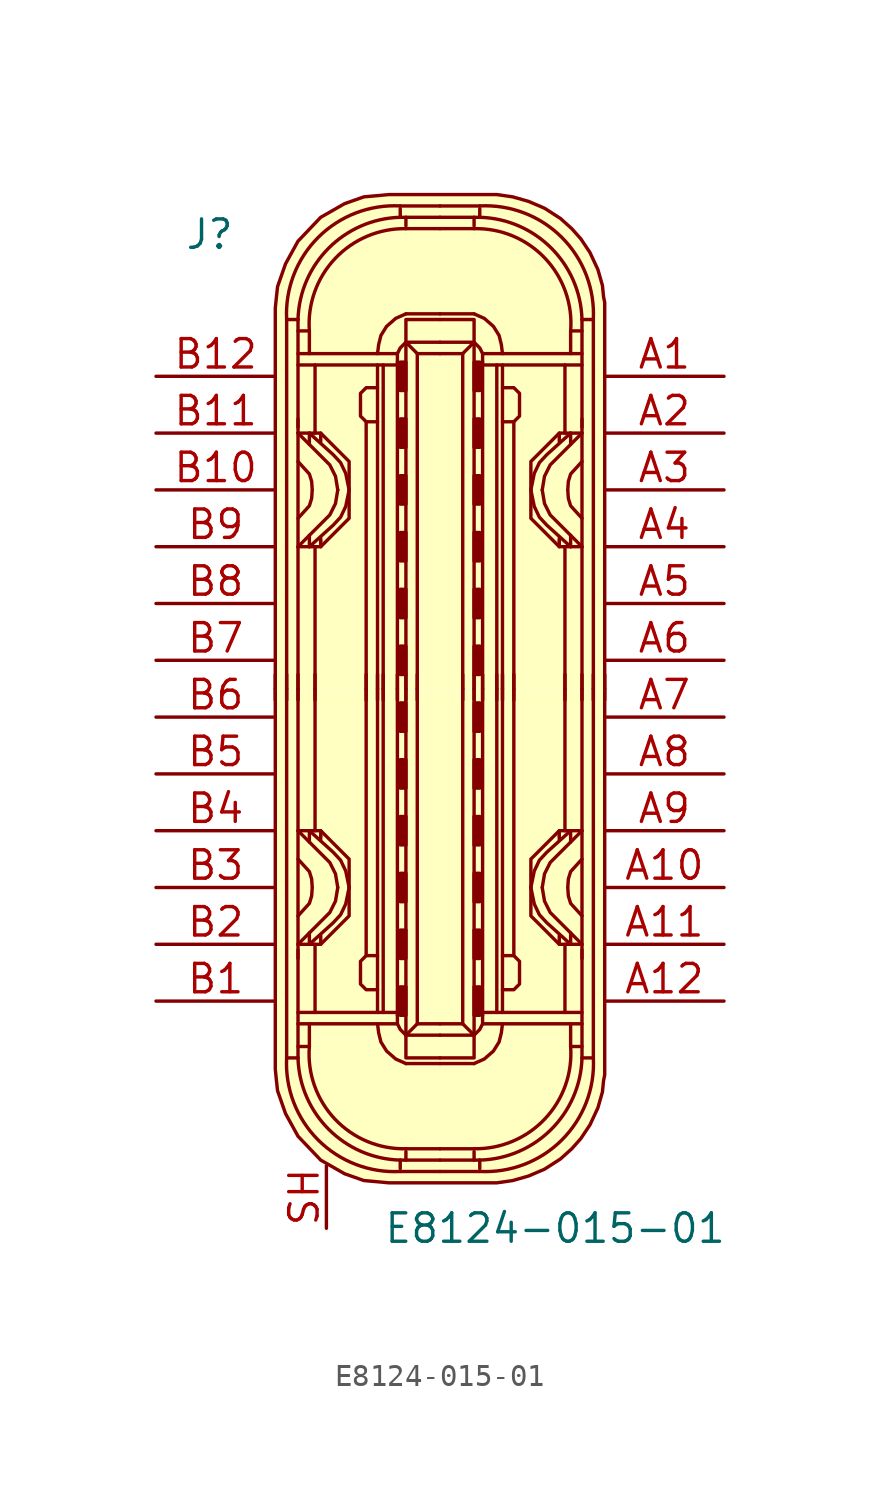
<source format=kicad_sym>
(kicad_symbol_lib
  (version 20220914)
  (generator kicad_symbol_editor)
  (symbol "E8124-015-01"
    (pin_names
      (offset 1.016))
    (property "Reference" "J"
      (at -11.43 20.32 0)
      (effects (font (size 1.27 1.27)) (justify left)))
    (property "Value" "E8124-015-01"
      (at -2.54 -24.13 0)
      (effects (font (size 1.27 1.27)) (justify left)))
    (symbol "E8124-015-01_1_1"
      (arc (start -6.858 -16.51) (mid -5.4492 -20.1812) (end -1.778 -21.59) (stroke (width 0) (type solid)) (fill (type none)))
      (arc (start -6.35 -16.51) (mid -4.9749 -19.7069) (end -1.778 -21.082) (stroke (width 0) (type solid)) (fill (type none)))
      (arc (start -5.842 -16.002) (mid -4.6972 -19.2495) (end -1.524 -20.574) (stroke (width 0) (type solid)) (fill (type none)))
      (rectangle (start -1.778 -14.605) (end -1.524 -13.335) (stroke (width 0) (type solid)) (fill (type outline)))
      (rectangle (start -1.778 -12.065) (end -1.524 -10.795) (stroke (width 0) (type solid)) (fill (type outline)))
      (rectangle (start -1.778 -9.525) (end -1.524 -8.255) (stroke (width 0) (type solid)) (fill (type outline)))
      (rectangle (start -1.778 -6.985) (end -1.524 -5.715) (stroke (width 0) (type solid)) (fill (type outline)))
      (rectangle (start -1.778 -4.445) (end -1.524 -3.175) (stroke (width 0) (type solid)) (fill (type outline)))
      (rectangle (start -1.778 -1.905) (end -1.524 -0.635) (stroke (width 0) (type solid)) (fill (type outline)))
      (rectangle (start -1.778 1.905) (end -1.524 0.635) (stroke (width 0) (type solid)) (fill (type outline)))
      (rectangle (start -1.778 4.445) (end -1.524 3.175) (stroke (width 0) (type solid)) (fill (type outline)))
      (rectangle (start -1.778 6.985) (end -1.524 5.715) (stroke (width 0) (type solid)) (fill (type outline)))
      (rectangle (start -1.778 9.525) (end -1.524 8.255) (stroke (width 0) (type solid)) (fill (type outline)))
      (rectangle (start -1.778 12.065) (end -1.524 10.795) (stroke (width 0) (type solid)) (fill (type outline)))
      (rectangle (start -1.778 14.605) (end -1.524 13.335) (stroke (width 0) (type solid)) (fill (type outline)))
      (arc (start -1.778 21.082) (mid -4.9749 19.7069) (end -6.35 16.51) (stroke (width 0) (type solid)) (fill (type none)))
      (arc (start -1.778 21.59) (mid -5.4492 20.1812) (end -6.858 16.51) (stroke (width 0) (type solid)) (fill (type none)))
      (arc (start -1.524 20.574) (mid -4.6883 19.2412) (end -5.842 16.002) (stroke (width 0) (type solid)) (fill (type none)))
      (polyline (pts (xy -7.366 -0.508) (xy -7.366 0.635)) (stroke (width 0) (type solid)) (fill (type none)))
      (polyline (pts (xy -6.858 -0.508) (xy -6.858 0.635)) (stroke (width 0) (type solid)) (fill (type none)))
      (polyline (pts (xy -6.35 -14.986) (xy -1.905 -14.986)) (stroke (width 0) (type solid)) (fill (type none)))
      (polyline (pts (xy -6.35 -12.065) (xy -6.35 0)) (stroke (width 0) (type solid)) (fill (type none)))
      (polyline (pts (xy -6.35 -0.508) (xy -6.35 0.635)) (stroke (width 0) (type solid)) (fill (type none)))
      (polyline (pts (xy -6.35 12.065) (xy -6.35 0)) (stroke (width 0) (type solid)) (fill (type none)))
      (polyline (pts (xy -6.35 14.986) (xy -1.905 14.986)) (stroke (width 0) (type solid)) (fill (type none)))
      (polyline (pts (xy -5.842 -11.43) (xy -5.842 -10.922)) (stroke (width 0) (type solid)) (fill (type none)))
      (polyline (pts (xy -5.842 -6.35) (xy -5.842 -6.858)) (stroke (width 0) (type solid)) (fill (type none)))
      (polyline (pts (xy -5.842 6.35) (xy -5.842 6.858)) (stroke (width 0) (type solid)) (fill (type none)))
      (polyline (pts (xy -5.842 11.43) (xy -5.842 10.922)) (stroke (width 0) (type solid)) (fill (type none)))
      (polyline (pts (xy -5.588 -14.478) (xy -5.588 -11.43)) (stroke (width 0) (type solid)) (fill (type none)))
      (polyline (pts (xy -5.588 -6.35) (xy -5.588 0)) (stroke (width 0) (type solid)) (fill (type none)))
      (polyline (pts (xy -5.588 -0.508) (xy -5.588 0.635)) (stroke (width 0) (type solid)) (fill (type none)))
      (polyline (pts (xy -5.588 6.35) (xy -5.588 0)) (stroke (width 0) (type solid)) (fill (type none)))
      (polyline (pts (xy -5.588 14.478) (xy -5.588 11.43)) (stroke (width 0) (type solid)) (fill (type none)))
      (polyline (pts (xy -5.334 -11.43) (xy -5.334 -11.049)) (stroke (width 0) (type solid)) (fill (type none)))
      (polyline (pts (xy -5.334 -6.604) (xy -5.334 -6.731)) (stroke (width 0) (type solid)) (fill (type none)))
      (polyline (pts (xy -5.334 -6.35) (xy -5.334 -6.604)) (stroke (width 0) (type solid)) (fill (type none)))
      (polyline (pts (xy -5.334 6.35) (xy -5.334 6.604)) (stroke (width 0) (type solid)) (fill (type none)))
      (polyline (pts (xy -5.334 6.604) (xy -5.334 6.731)) (stroke (width 0) (type solid)) (fill (type none)))
      (polyline (pts (xy -5.334 11.43) (xy -5.334 11.049)) (stroke (width 0) (type solid)) (fill (type none)))
      (polyline (pts (xy -3.302 -0.508) (xy -3.302 0.635)) (stroke (width 0) (type solid)) (fill (type none)))
      (polyline (pts (xy -3.302 0) (xy -3.302 -11.938)) (stroke (width 0) (type solid)) (fill (type none)))
      (polyline (pts (xy -3.302 0) (xy -3.302 11.938)) (stroke (width 0) (type solid)) (fill (type none)))
      (polyline (pts (xy -2.794 -0.508) (xy -2.794 0.635)) (stroke (width 0) (type solid)) (fill (type none)))
      (polyline (pts (xy -2.794 0) (xy -2.794 -14.478)) (stroke (width 0) (type solid)) (fill (type none)))
      (polyline (pts (xy -2.794 0) (xy -2.794 14.478)) (stroke (width 0) (type solid)) (fill (type none)))
      (polyline (pts (xy -2.54 -14.478) (xy -2.54 0)) (stroke (width 0) (type solid)) (fill (type none)))
      (polyline (pts (xy -2.54 -0.508) (xy -2.54 0.635)) (stroke (width 0) (type solid)) (fill (type none)))
      (polyline (pts (xy -2.54 14.478) (xy -2.54 0)) (stroke (width 0) (type solid)) (fill (type none)))
      (polyline (pts (xy -1.905 -14.478) (xy -6.35 -14.478)) (stroke (width 0) (type solid)) (fill (type none)))
      (polyline (pts (xy -1.905 -0.508) (xy -1.905 0.635)) (stroke (width 0) (type solid)) (fill (type none)))
      (polyline (pts (xy -1.905 0) (xy -1.905 -14.605)) (stroke (width 0) (type solid)) (fill (type none)))
      (polyline (pts (xy -1.905 0) (xy -1.905 14.605)) (stroke (width 0) (type solid)) (fill (type none)))
      (polyline (pts (xy -1.905 14.478) (xy -6.35 14.478)) (stroke (width 0) (type solid)) (fill (type none)))
      (polyline (pts (xy -1.778 -21.59) (xy 0 -21.59)) (stroke (width 0) (type solid)) (fill (type background)))
      (polyline (pts (xy -1.778 -21.082) (xy -1.778 -21.463)) (stroke (width 0) (type solid)) (fill (type none)))
      (polyline (pts (xy -1.778 -21.082) (xy 0 -21.082)) (stroke (width 0) (type solid)) (fill (type none)))
      (polyline (pts (xy -1.778 21.082) (xy -1.778 21.463)) (stroke (width 0) (type solid)) (fill (type none)))
      (polyline (pts (xy -1.778 21.082) (xy 0 21.082)) (stroke (width 0) (type solid)) (fill (type none)))
      (polyline (pts (xy -1.778 21.59) (xy 0 21.59)) (stroke (width 0) (type solid)) (fill (type background)))
      (polyline (pts (xy -1.524 -20.701) (xy -1.524 -21.082)) (stroke (width 0) (type solid)) (fill (type none)))
      (polyline (pts (xy -1.524 -20.574) (xy 0 -20.574)) (stroke (width 0) (type solid)) (fill (type none)))
      (polyline (pts (xy -1.524 -0.508) (xy -1.524 0.635)) (stroke (width 0) (type solid)) (fill (type none)))
      (polyline (pts (xy -1.524 20.574) (xy 0 20.574)) (stroke (width 0) (type solid)) (fill (type none)))
      (polyline (pts (xy -1.524 20.701) (xy -1.524 21.082)) (stroke (width 0) (type solid)) (fill (type none)))
      (polyline (pts (xy -1.016 -14.986) (xy -1.524 -15.494)) (stroke (width 0) (type solid)) (fill (type none)))
      (polyline (pts (xy -1.016 -0.508) (xy -1.016 0.635)) (stroke (width 0) (type solid)) (fill (type none)))
      (polyline (pts (xy -1.016 14.986) (xy -1.524 15.494)) (stroke (width 0) (type solid)) (fill (type none)))
      (polyline (pts (xy 0 -16.764) (xy -1.524 -16.764)) (stroke (width 0) (type solid)) (fill (type none)))
      (polyline (pts (xy 0 -16.764) (xy 1.524 -16.764)) (stroke (width 0) (type solid)) (fill (type none)))
      (polyline (pts (xy 0 16.764) (xy -1.524 16.764)) (stroke (width 0) (type solid)) (fill (type none)))
      (polyline (pts (xy 0 16.764) (xy 1.524 16.764)) (stroke (width 0) (type solid)) (fill (type none)))
      (polyline (pts (xy 1.016 -14.986) (xy 1.524 -15.494)) (stroke (width 0) (type solid)) (fill (type none)))
      (polyline (pts (xy 1.016 -0.508) (xy 1.016 0.635)) (stroke (width 0) (type solid)) (fill (type none)))
      (polyline (pts (xy 1.016 14.986) (xy 1.524 15.494)) (stroke (width 0) (type solid)) (fill (type none)))
      (polyline (pts (xy 1.524 -20.701) (xy 1.524 -21.082)) (stroke (width 0) (type solid)) (fill (type none)))
      (polyline (pts (xy 1.524 -20.574) (xy 0 -20.574)) (stroke (width 0) (type solid)) (fill (type none)))
      (polyline (pts (xy 1.524 -0.508) (xy 1.524 0.635)) (stroke (width 0) (type solid)) (fill (type none)))
      (polyline (pts (xy 1.524 20.574) (xy 0 20.574)) (stroke (width 0) (type solid)) (fill (type none)))
      (polyline (pts (xy 1.524 20.701) (xy 1.524 21.082)) (stroke (width 0) (type solid)) (fill (type none)))
      (polyline (pts (xy 1.778 -21.59) (xy 0 -21.59)) (stroke (width 0) (type solid)) (fill (type background)))
      (polyline (pts (xy 1.778 -21.082) (xy 0 -21.082)) (stroke (width 0) (type solid)) (fill (type none)))
      (polyline (pts (xy 1.778 -21.082) (xy 1.778 -21.463)) (stroke (width 0) (type solid)) (fill (type none)))
      (polyline (pts (xy 1.778 21.082) (xy 0 21.082)) (stroke (width 0) (type solid)) (fill (type none)))
      (polyline (pts (xy 1.778 21.082) (xy 1.778 21.463)) (stroke (width 0) (type solid)) (fill (type none)))
      (polyline (pts (xy 1.778 21.59) (xy 0 21.59)) (stroke (width 0) (type solid)) (fill (type background)))
      (polyline (pts (xy 1.905 -14.478) (xy 6.35 -14.478)) (stroke (width 0) (type solid)) (fill (type none)))
      (polyline (pts (xy 1.905 -0.508) (xy 1.905 0.635)) (stroke (width 0) (type solid)) (fill (type none)))
      (polyline (pts (xy 1.905 0) (xy 1.905 -14.605)) (stroke (width 0) (type solid)) (fill (type none)))
      (polyline (pts (xy 1.905 0) (xy 1.905 14.605)) (stroke (width 0) (type solid)) (fill (type none)))
      (polyline (pts (xy 1.905 14.478) (xy 6.35 14.478)) (stroke (width 0) (type solid)) (fill (type none)))
      (polyline (pts (xy 2.54 -14.478) (xy 2.54 0)) (stroke (width 0) (type solid)) (fill (type none)))
      (polyline (pts (xy 2.54 -0.508) (xy 2.54 0.635)) (stroke (width 0) (type solid)) (fill (type none)))
      (polyline (pts (xy 2.54 14.478) (xy 2.54 0)) (stroke (width 0) (type solid)) (fill (type none)))
      (polyline (pts (xy 2.794 -0.508) (xy 2.794 0.635)) (stroke (width 0) (type solid)) (fill (type none)))
      (polyline (pts (xy 2.794 0) (xy 2.794 -14.478)) (stroke (width 0) (type solid)) (fill (type none)))
      (polyline (pts (xy 2.794 0) (xy 2.794 14.478)) (stroke (width 0) (type solid)) (fill (type none)))
      (polyline (pts (xy 3.302 -0.508) (xy 3.302 0.635)) (stroke (width 0) (type solid)) (fill (type none)))
      (polyline (pts (xy 3.302 0) (xy 3.302 -11.938)) (stroke (width 0) (type solid)) (fill (type none)))
      (polyline (pts (xy 3.302 0) (xy 3.302 11.938)) (stroke (width 0) (type solid)) (fill (type none)))
      (polyline (pts (xy 5.334 -11.43) (xy 5.334 -11.049)) (stroke (width 0) (type solid)) (fill (type none)))
      (polyline (pts (xy 5.334 -6.604) (xy 5.334 -6.731)) (stroke (width 0) (type solid)) (fill (type none)))
      (polyline (pts (xy 5.334 -6.35) (xy 5.334 -6.604)) (stroke (width 0) (type solid)) (fill (type none)))
      (polyline (pts (xy 5.334 6.35) (xy 5.334 6.604)) (stroke (width 0) (type solid)) (fill (type none)))
      (polyline (pts (xy 5.334 6.604) (xy 5.334 6.731)) (stroke (width 0) (type solid)) (fill (type none)))
      (polyline (pts (xy 5.334 11.43) (xy 5.334 11.049)) (stroke (width 0) (type solid)) (fill (type none)))
      (polyline (pts (xy 5.588 -14.478) (xy 5.588 -11.43)) (stroke (width 0) (type solid)) (fill (type none)))
      (polyline (pts (xy 5.588 -6.35) (xy 5.588 0)) (stroke (width 0) (type solid)) (fill (type none)))
      (polyline (pts (xy 5.588 -0.508) (xy 5.588 0.635)) (stroke (width 0) (type solid)) (fill (type none)))
      (polyline (pts (xy 5.588 6.35) (xy 5.588 0)) (stroke (width 0) (type solid)) (fill (type none)))
      (polyline (pts (xy 5.588 14.478) (xy 5.588 11.43)) (stroke (width 0) (type solid)) (fill (type none)))
      (polyline (pts (xy 5.842 -11.43) (xy 5.842 -10.922)) (stroke (width 0) (type solid)) (fill (type none)))
      (polyline (pts (xy 5.842 -6.35) (xy 5.842 -6.858)) (stroke (width 0) (type solid)) (fill (type none)))
      (polyline (pts (xy 5.842 6.35) (xy 5.842 6.858)) (stroke (width 0) (type solid)) (fill (type none)))
      (polyline (pts (xy 5.842 11.43) (xy 5.842 10.922)) (stroke (width 0) (type solid)) (fill (type none)))
      (polyline (pts (xy 6.35 -14.986) (xy 1.905 -14.986)) (stroke (width 0) (type solid)) (fill (type none)))
      (polyline (pts (xy 6.35 -12.065) (xy 6.35 0)) (stroke (width 0) (type solid)) (fill (type none)))
      (polyline (pts (xy 6.35 -0.508) (xy 6.35 0.635)) (stroke (width 0) (type solid)) (fill (type none)))
      (polyline (pts (xy 6.35 12.065) (xy 6.35 0)) (stroke (width 0) (type solid)) (fill (type none)))
      (polyline (pts (xy 6.35 14.986) (xy 1.905 14.986)) (stroke (width 0) (type solid)) (fill (type none)))
      (polyline (pts (xy 6.858 -0.508) (xy 6.858 0.635)) (stroke (width 0) (type solid)) (fill (type none)))
      (polyline (pts (xy 7.366 -0.508) (xy 7.366 0.635)) (stroke (width 0) (type solid)) (fill (type none)))
      (polyline (pts (xy -6.35 -16.51) (xy -6.858 -16.51) (xy -6.858 0)) (stroke (width 0) (type solid)) (fill (type none)))
      (polyline (pts (xy -6.35 -11.684) (xy -6.35 -15.875) (xy -6.35 -16.51)) (stroke (width 0) (type solid)) (fill (type none)))
      (polyline (pts (xy -6.35 11.684) (xy -6.35 15.875) (xy -6.35 16.51)) (stroke (width 0) (type solid)) (fill (type none)))
      (polyline (pts (xy -6.35 16.51) (xy -6.858 16.51) (xy -6.858 0)) (stroke (width 0) (type solid)) (fill (type none)))
      (polyline (pts (xy -5.842 -14.986) (xy -5.842 -16.002) (xy -6.35 -16.002)) (stroke (width 0) (type solid)) (fill (type none)))
      (polyline (pts (xy -5.842 14.986) (xy -5.842 16.002) (xy -6.35 16.002)) (stroke (width 0) (type solid)) (fill (type none)))
      (polyline (pts (xy -1.524 0) (xy -1.524 -15.494) (xy 0 -15.494)) (stroke (width 0) (type solid)) (fill (type none)))
      (polyline (pts (xy -1.524 0) (xy -1.524 15.494) (xy 0 15.494)) (stroke (width 0) (type solid)) (fill (type none)))
      (polyline (pts (xy -1.016 0) (xy -1.016 -14.986) (xy 0 -14.986)) (stroke (width 0) (type solid)) (fill (type none)))
      (polyline (pts (xy -1.016 0) (xy -1.016 14.986) (xy 0 14.986)) (stroke (width 0) (type solid)) (fill (type none)))
      (polyline (pts (xy 1.016 0) (xy 1.016 -14.986) (xy 0 -14.986)) (stroke (width 0) (type solid)) (fill (type none)))
      (polyline (pts (xy 1.016 0) (xy 1.016 14.986) (xy 0 14.986)) (stroke (width 0) (type solid)) (fill (type none)))
      (polyline (pts (xy 1.524 0) (xy 1.524 -15.494) (xy 0 -15.494)) (stroke (width 0) (type solid)) (fill (type none)))
      (polyline (pts (xy 1.524 0) (xy 1.524 15.494) (xy 0 15.494)) (stroke (width 0) (type solid)) (fill (type none)))
      (polyline (pts (xy 5.842 -14.986) (xy 5.842 -16.002) (xy 6.35 -16.002)) (stroke (width 0) (type solid)) (fill (type none)))
      (polyline (pts (xy 5.842 14.986) (xy 5.842 16.002) (xy 6.35 16.002)) (stroke (width 0) (type solid)) (fill (type none)))
      (polyline (pts (xy 6.35 -16.51) (xy 6.858 -16.51) (xy 6.858 0)) (stroke (width 0) (type solid)) (fill (type none)))
      (polyline (pts (xy 6.35 -11.684) (xy 6.35 -15.875) (xy 6.35 -16.51)) (stroke (width 0) (type solid)) (fill (type none)))
      (polyline (pts (xy 6.35 11.684) (xy 6.35 15.875) (xy 6.35 16.51)) (stroke (width 0) (type solid)) (fill (type none)))
      (polyline (pts (xy 6.35 16.51) (xy 6.858 16.51) (xy 6.858 0)) (stroke (width 0) (type solid)) (fill (type none)))
      (polyline (pts (xy -6.35 -11.43) (xy -4.928 -10.008) (xy -4.674 -9.5) (xy -4.572 -8.89)) (stroke (width 0) (type solid)) (fill (type none)))
      (polyline (pts (xy -6.35 -10.16) (xy -5.842 -9.601) (xy -5.74 -9.271) (xy -5.715 -8.915)) (stroke (width 0) (type solid)) (fill (type none)))
      (polyline (pts (xy -6.35 -7.62) (xy -5.842 -8.179) (xy -5.74 -8.509) (xy -5.715 -8.865)) (stroke (width 0) (type solid)) (fill (type none)))
      (polyline (pts (xy -6.35 -6.35) (xy -4.928 -7.772) (xy -4.674 -8.28) (xy -4.572 -8.89)) (stroke (width 0) (type solid)) (fill (type none)))
      (polyline (pts (xy -6.35 6.35) (xy -4.928 7.772) (xy -4.674 8.28) (xy -4.572 8.89)) (stroke (width 0) (type solid)) (fill (type none)))
      (polyline (pts (xy -6.35 7.62) (xy -5.842 8.179) (xy -5.74 8.509) (xy -5.715 8.865)) (stroke (width 0) (type solid)) (fill (type none)))
      (polyline (pts (xy -6.35 10.16) (xy -5.842 9.601) (xy -5.74 9.271) (xy -5.715 8.915)) (stroke (width 0) (type solid)) (fill (type none)))
      (polyline (pts (xy -6.35 11.43) (xy -4.928 10.008) (xy -4.674 9.5) (xy -4.572 8.89)) (stroke (width 0) (type solid)) (fill (type none)))
      (polyline (pts (xy -1.905 -14.605) (xy -1.905 -14.986) (xy -1.778 -15.24) (xy -1.524 -15.494)) (stroke (width 0) (type solid)) (fill (type none)))
      (polyline (pts (xy -1.905 14.605) (xy -1.905 14.986) (xy -1.778 15.24) (xy -1.524 15.494)) (stroke (width 0) (type solid)) (fill (type none)))
      (polyline (pts (xy 0 -16.51) (xy -1.397 -16.51) (xy -1.524 -16.51) (xy -1.524 -15.494)) (stroke (width 0) (type solid)) (fill (type none)))
      (polyline (pts (xy 0 -16.51) (xy 1.397 -16.51) (xy 1.524 -16.51) (xy 1.524 -15.494)) (stroke (width 0) (type solid)) (fill (type none)))
      (polyline (pts (xy 0 16.51) (xy -1.397 16.51) (xy -1.524 16.51) (xy -1.524 15.494)) (stroke (width 0) (type solid)) (fill (type none)))
      (polyline (pts (xy 0 16.51) (xy 1.397 16.51) (xy 1.524 16.51) (xy 1.524 15.494)) (stroke (width 0) (type solid)) (fill (type none)))
      (polyline (pts (xy 1.905 -14.605) (xy 1.905 -14.986) (xy 1.778 -15.24) (xy 1.524 -15.494)) (stroke (width 0) (type solid)) (fill (type none)))
      (polyline (pts (xy 1.905 14.605) (xy 1.905 14.986) (xy 1.778 15.24) (xy 1.524 15.494)) (stroke (width 0) (type solid)) (fill (type none)))
      (polyline (pts (xy 6.35 -11.43) (xy 4.928 -10.008) (xy 4.674 -9.5) (xy 4.572 -8.89)) (stroke (width 0) (type solid)) (fill (type none)))
      (polyline (pts (xy 6.35 -10.16) (xy 5.842 -9.601) (xy 5.74 -9.271) (xy 5.715 -8.915)) (stroke (width 0) (type solid)) (fill (type none)))
      (polyline (pts (xy 6.35 -7.62) (xy 5.842 -8.179) (xy 5.74 -8.509) (xy 5.715 -8.865)) (stroke (width 0) (type solid)) (fill (type none)))
      (polyline (pts (xy 6.35 -6.35) (xy 4.928 -7.772) (xy 4.674 -8.28) (xy 4.572 -8.89)) (stroke (width 0) (type solid)) (fill (type none)))
      (polyline (pts (xy 6.35 6.35) (xy 4.928 7.772) (xy 4.674 8.28) (xy 4.572 8.89)) (stroke (width 0) (type solid)) (fill (type none)))
      (polyline (pts (xy 6.35 7.62) (xy 5.842 8.179) (xy 5.74 8.509) (xy 5.715 8.865)) (stroke (width 0) (type solid)) (fill (type none)))
      (polyline (pts (xy 6.35 10.16) (xy 5.842 9.601) (xy 5.74 9.271) (xy 5.715 8.915)) (stroke (width 0) (type solid)) (fill (type none)))
      (polyline (pts (xy 6.35 11.43) (xy 4.928 10.008) (xy 4.674 9.5) (xy 4.572 8.89)) (stroke (width 0) (type solid)) (fill (type none)))
      (polyline (pts (xy -5.842 -11.43) (xy -4.775 -10.465) (xy -4.445 -10.109) (xy -4.216 -9.627) (xy -4.064 -8.89)) (stroke (width 0) (type solid)) (fill (type none)))
      (polyline (pts (xy -5.842 -6.35) (xy -4.775 -7.315) (xy -4.445 -7.671) (xy -4.216 -8.153) (xy -4.064 -8.89)) (stroke (width 0) (type solid)) (fill (type none)))
      (polyline (pts (xy -5.842 6.35) (xy -4.775 7.315) (xy -4.445 7.671) (xy -4.216 8.153) (xy -4.064 8.89)) (stroke (width 0) (type solid)) (fill (type none)))
      (polyline (pts (xy -5.842 11.43) (xy -4.775 10.465) (xy -4.445 10.109) (xy -4.216 9.627) (xy -4.064 8.89)) (stroke (width 0) (type solid)) (fill (type none)))
      (polyline (pts (xy 5.842 -11.43) (xy 4.775 -10.465) (xy 4.445 -10.109) (xy 4.216 -9.627) (xy 4.064 -8.89)) (stroke (width 0) (type solid)) (fill (type none)))
      (polyline (pts (xy 5.842 -6.35) (xy 4.775 -7.315) (xy 4.445 -7.671) (xy 4.216 -8.153) (xy 4.064 -8.89)) (stroke (width 0) (type solid)) (fill (type none)))
      (polyline (pts (xy 5.842 6.35) (xy 4.775 7.315) (xy 4.445 7.671) (xy 4.216 8.153) (xy 4.064 8.89)) (stroke (width 0) (type solid)) (fill (type none)))
      (polyline (pts (xy 5.842 11.43) (xy 4.775 10.465) (xy 4.445 10.109) (xy 4.216 9.627) (xy 4.064 8.89)) (stroke (width 0) (type solid)) (fill (type none)))
      (polyline (pts (xy -6.35 -11.43) (xy -5.334 -11.43) (xy -4.064 -10.16) (xy -4.064 -7.62) (xy -5.334 -6.35) (xy -6.35 -6.35)) (stroke (width 0) (type solid)) (fill (type none)))
      (polyline (pts (xy -6.35 11.43) (xy -5.334 11.43) (xy -4.064 10.16) (xy -4.064 7.62) (xy -5.334 6.35) (xy -6.35 6.35)) (stroke (width 0) (type solid)) (fill (type none)))
      (polyline (pts (xy -2.794 -14.986) (xy -2.743 -15.392) (xy -2.642 -15.799) (xy -2.388 -16.205) (xy -1.981 -16.561) (xy -1.524 -16.764)) (stroke (width 0) (type solid)) (fill (type none)))
      (polyline (pts (xy -2.794 -13.462) (xy -3.302 -13.462) (xy -3.556 -13.208) (xy -3.556 -12.192) (xy -3.302 -11.938) (xy -2.794 -11.938)) (stroke (width 0) (type solid)) (fill (type none)))
      (polyline (pts (xy -2.794 13.462) (xy -3.302 13.462) (xy -3.556 13.208) (xy -3.556 12.192) (xy -3.302 11.938) (xy -2.794 11.938)) (stroke (width 0) (type solid)) (fill (type none)))
      (polyline (pts (xy -2.794 14.986) (xy -2.743 15.392) (xy -2.642 15.799) (xy -2.388 16.205) (xy -1.981 16.561) (xy -1.524 16.764)) (stroke (width 0) (type solid)) (fill (type none)))
      (polyline (pts (xy 2.794 -14.986) (xy 2.743 -15.392) (xy 2.642 -15.799) (xy 2.388 -16.205) (xy 1.981 -16.561) (xy 1.524 -16.764)) (stroke (width 0) (type solid)) (fill (type none)))
      (polyline (pts (xy 2.794 -13.462) (xy 3.302 -13.462) (xy 3.556 -13.208) (xy 3.556 -12.192) (xy 3.302 -11.938) (xy 2.794 -11.938)) (stroke (width 0) (type solid)) (fill (type none)))
      (polyline (pts (xy 2.794 13.462) (xy 3.302 13.462) (xy 3.556 13.208) (xy 3.556 12.192) (xy 3.302 11.938) (xy 2.794 11.938)) (stroke (width 0) (type solid)) (fill (type none)))
      (polyline (pts (xy 2.794 14.986) (xy 2.743 15.392) (xy 2.642 15.799) (xy 2.388 16.205) (xy 1.981 16.561) (xy 1.524 16.764)) (stroke (width 0) (type solid)) (fill (type none)))
      (polyline (pts (xy 6.35 -11.43) (xy 5.334 -11.43) (xy 4.064 -10.16) (xy 4.064 -7.62) (xy 5.334 -6.35) (xy 6.35 -6.35)) (stroke (width 0) (type solid)) (fill (type none)))
      (polyline (pts (xy 6.35 11.43) (xy 5.334 11.43) (xy 4.064 10.16) (xy 4.064 7.62) (xy 5.334 6.35) (xy 6.35 6.35)) (stroke (width 0) (type solid)) (fill (type none)))
      (polyline (pts (xy 7.366 0) (xy 7.366 -17.018) (xy 7.366 -17.272) (xy 7.315 -17.526) (xy 7.264 -18.034) (xy 7.061 -18.745) (xy 6.706 -19.507) (xy 6.299 -20.117) (xy 5.893 -20.574) (xy 5.385 -21.031) (xy 4.674 -21.488) (xy 3.962 -21.793) (xy 3.251 -21.996) (xy 2.54 -22.098) (xy -2.286 -22.098) (xy -3.404 -21.996) (xy -4.267 -21.692) (xy -5.334 -21.082) (xy -6.35 -20.015) (xy -6.909 -18.999) (xy -7.264 -17.983) (xy -7.315 -17.526) (xy -7.366 -17.018) (xy -7.366 0)) (stroke (width 0) (type solid)) (fill (type background)))
      (polyline (pts (xy 7.366 0) (xy 7.366 17.018) (xy 7.366 17.272) (xy 7.315 17.526) (xy 7.264 18.034) (xy 7.061 18.745) (xy 6.706 19.507) (xy 6.299 20.117) (xy 5.893 20.574) (xy 5.385 21.031) (xy 4.674 21.488) (xy 3.962 21.793) (xy 3.251 21.996) (xy 2.54 22.098) (xy -2.286 22.098) (xy -3.404 21.996) (xy -4.267 21.692) (xy -5.334 21.082) (xy -6.35 20.015) (xy -6.909 18.999) (xy -7.264 17.983) (xy -7.315 17.526) (xy -7.366 17.018) (xy -7.366 0)) (stroke (width 0) (type solid)) (fill (type background)))
      (arc (start 1.524 -20.574) (mid 4.6883 -19.2412) (end 5.842 -16.002) (stroke (width 0) (type solid)) (fill (type none)))
      (arc (start 1.778 -21.59) (mid 5.4492 -20.1812) (end 6.858 -16.51) (stroke (width 0) (type solid)) (fill (type none)))
      (arc (start 1.778 -21.082) (mid 4.9749 -19.7069) (end 6.35 -16.51) (stroke (width 0) (type solid)) (fill (type none)))
      (rectangle (start 1.778 -14.605) (end 1.524 -13.335) (stroke (width 0) (type solid)) (fill (type outline)))
      (rectangle (start 1.778 -12.065) (end 1.524 -10.795) (stroke (width 0) (type solid)) (fill (type outline)))
      (rectangle (start 1.778 -9.525) (end 1.524 -8.255) (stroke (width 0) (type solid)) (fill (type outline)))
      (rectangle (start 1.778 -6.985) (end 1.524 -5.715) (stroke (width 0) (type solid)) (fill (type outline)))
      (rectangle (start 1.778 -4.445) (end 1.524 -3.175) (stroke (width 0) (type solid)) (fill (type outline)))
      (rectangle (start 1.778 -1.905) (end 1.524 -0.635) (stroke (width 0) (type solid)) (fill (type outline)))
      (rectangle (start 1.778 1.905) (end 1.524 0.635) (stroke (width 0) (type solid)) (fill (type outline)))
      (rectangle (start 1.778 4.445) (end 1.524 3.175) (stroke (width 0) (type solid)) (fill (type outline)))
      (rectangle (start 1.778 6.985) (end 1.524 5.715) (stroke (width 0) (type solid)) (fill (type outline)))
      (rectangle (start 1.778 9.525) (end 1.524 8.255) (stroke (width 0) (type solid)) (fill (type outline)))
      (rectangle (start 1.778 12.065) (end 1.524 10.795) (stroke (width 0) (type solid)) (fill (type outline)))
      (rectangle (start 1.778 14.605) (end 1.524 13.335) (stroke (width 0) (type solid)) (fill (type outline)))
      (arc (start 5.842 16.002) (mid 4.6972 19.2495) (end 1.524 20.574) (stroke (width 0) (type solid)) (fill (type none)))
      (arc (start 6.35 16.51) (mid 4.9749 19.7069) (end 1.778 21.082) (stroke (width 0) (type solid)) (fill (type none)))
      (arc (start 6.858 16.51) (mid 5.4492 20.1812) (end 1.778 21.59) (stroke (width 0) (type solid)) (fill (type none)))
      (pin passive line (at 12.7 13.97 180) (length 5.334) (name "~" (effects (font (size 1.27 1.27)))) (number "A1" (effects (font (size 1.27 1.27)))))
      (pin passive line (at 12.7 -8.89 180) (length 5.334) (name "~" (effects (font (size 1.27 1.27)))) (number "A10" (effects (font (size 1.27 1.27)))))
      (pin passive line (at 12.7 -11.43 180) (length 5.334) (name "~" (effects (font (size 1.27 1.27)))) (number "A11" (effects (font (size 1.27 1.27)))))
      (pin passive line (at 12.7 -13.97 180) (length 5.334) (name "~" (effects (font (size 1.27 1.27)))) (number "A12" (effects (font (size 1.27 1.27)))))
      (pin passive line (at 12.7 11.43 180) (length 5.334) (name "~" (effects (font (size 1.27 1.27)))) (number "A2" (effects (font (size 1.27 1.27)))))
      (pin passive line (at 12.7 8.89 180) (length 5.334) (name "~" (effects (font (size 1.27 1.27)))) (number "A3" (effects (font (size 1.27 1.27)))))
      (pin passive line (at 12.7 6.35 180) (length 5.334) (name "~" (effects (font (size 1.27 1.27)))) (number "A4" (effects (font (size 1.27 1.27)))))
      (pin passive line (at 12.7 3.81 180) (length 5.334) (name "~" (effects (font (size 1.27 1.27)))) (number "A5" (effects (font (size 1.27 1.27)))))
      (pin passive line (at 12.7 1.27 180) (length 5.334) (name "~" (effects (font (size 1.27 1.27)))) (number "A6" (effects (font (size 1.27 1.27)))))
      (pin passive line (at 12.7 -1.27 180) (length 5.334) (name "~" (effects (font (size 1.27 1.27)))) (number "A7" (effects (font (size 1.27 1.27)))))
      (pin passive line (at 12.7 -3.81 180) (length 5.334) (name "~" (effects (font (size 1.27 1.27)))) (number "A8" (effects (font (size 1.27 1.27)))))
      (pin passive line (at 12.7 -6.35 180) (length 5.334) (name "~" (effects (font (size 1.27 1.27)))) (number "A9" (effects (font (size 1.27 1.27)))))
      (pin passive line (at -12.7 -13.97 0) (length 5.334) (name "~" (effects (font (size 1.27 1.27)))) (number "B1" (effects (font (size 1.27 1.27)))))
      (pin passive line (at -12.7 8.89 0) (length 5.334) (name "~" (effects (font (size 1.27 1.27)))) (number "B10" (effects (font (size 1.27 1.27)))))
      (pin passive line (at -12.7 11.43 0) (length 5.334) (name "~" (effects (font (size 1.27 1.27)))) (number "B11" (effects (font (size 1.27 1.27)))))
      (pin passive line (at -12.7 13.97 0) (length 5.334) (name "~" (effects (font (size 1.27 1.27)))) (number "B12" (effects (font (size 1.27 1.27)))))
      (pin passive line (at -12.7 -11.43 0) (length 5.334) (name "~" (effects (font (size 1.27 1.27)))) (number "B2" (effects (font (size 1.27 1.27)))))
      (pin passive line (at -12.7 -8.89 0) (length 5.334) (name "~" (effects (font (size 1.27 1.27)))) (number "B3" (effects (font (size 1.27 1.27)))))
      (pin passive line (at -12.7 -6.35 0) (length 5.334) (name "~" (effects (font (size 1.27 1.27)))) (number "B4" (effects (font (size 1.27 1.27)))))
      (pin passive line (at -12.7 -3.81 0) (length 5.334) (name "~" (effects (font (size 1.27 1.27)))) (number "B5" (effects (font (size 1.27 1.27)))))
      (pin passive line (at -12.7 -1.27 0) (length 5.334) (name "~" (effects (font (size 1.27 1.27)))) (number "B6" (effects (font (size 1.27 1.27)))))
      (pin passive line (at -12.7 1.27 0) (length 5.334) (name "~" (effects (font (size 1.27 1.27)))) (number "B7" (effects (font (size 1.27 1.27)))))
      (pin passive line (at -12.7 3.81 0) (length 5.334) (name "~" (effects (font (size 1.27 1.27)))) (number "B8" (effects (font (size 1.27 1.27)))))
      (pin passive line (at -12.7 6.35 0) (length 5.334) (name "~" (effects (font (size 1.27 1.27)))) (number "B9" (effects (font (size 1.27 1.27)))))
      (pin input line (at -5.08 -24.13 90) (length 2.794) (name "~" (effects (font (size 1.27 1.27)))) (number "SH" (effects (font (size 1.27 1.27))))))))
</source>
